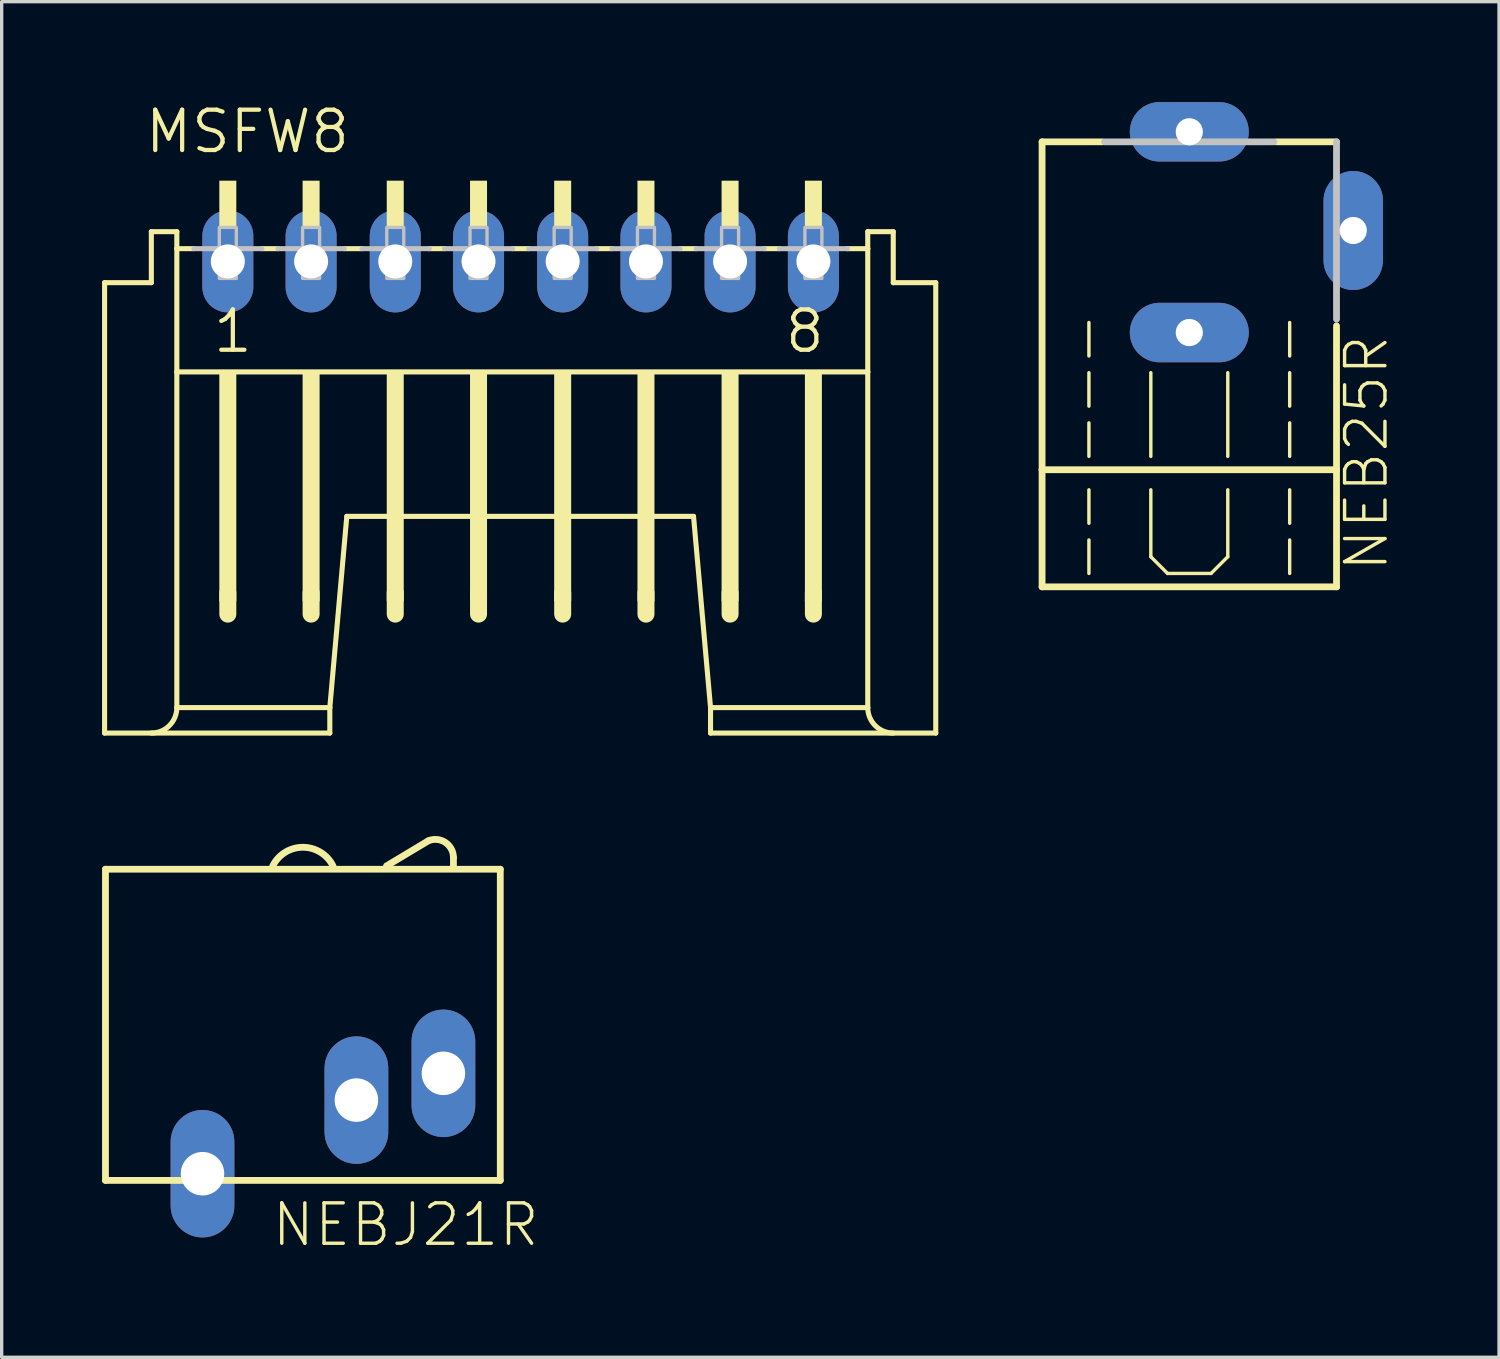
<source format=kicad_pcb>
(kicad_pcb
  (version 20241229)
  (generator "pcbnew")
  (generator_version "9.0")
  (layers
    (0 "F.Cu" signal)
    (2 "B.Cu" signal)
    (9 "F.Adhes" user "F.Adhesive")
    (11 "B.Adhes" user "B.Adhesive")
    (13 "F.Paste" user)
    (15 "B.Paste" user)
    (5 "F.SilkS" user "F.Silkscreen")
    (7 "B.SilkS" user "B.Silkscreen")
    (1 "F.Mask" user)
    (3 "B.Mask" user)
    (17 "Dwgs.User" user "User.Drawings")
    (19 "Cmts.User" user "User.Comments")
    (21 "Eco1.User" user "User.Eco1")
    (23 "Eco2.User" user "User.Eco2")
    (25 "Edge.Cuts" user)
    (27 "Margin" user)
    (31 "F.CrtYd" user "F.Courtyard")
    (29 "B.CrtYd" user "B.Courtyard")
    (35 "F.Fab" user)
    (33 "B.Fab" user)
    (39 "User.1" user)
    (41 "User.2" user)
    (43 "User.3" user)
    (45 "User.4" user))
  (footprint "NEB25R"
    (layer "F.Cu")
    (at 32.495 8.239)
    (property "Reference" "NEB25R" (at 6 5.85 90) (layer "F.SilkS") (effects (font (size 1.206 1.206) (thickness 0.102)) (justify left bottom)))
    (attr through_hole)
    (fp_line (start -4.4 -7.05) (end -4.4 2.75) (stroke (width 0.203) (type solid)) (layer "F.SilkS"))
    (fp_line (start -4.4 2.75) (end -4.4 6.25) (stroke (width 0.203) (type solid)) (layer "F.SilkS"))
    (fp_line (start -4.4 2.75) (end 4.4 2.75) (stroke (width 0.203) (type solid)) (layer "F.SilkS"))
    (fp_line (start -4.4 6.25) (end 4.4 6.25) (stroke (width 0.203) (type solid)) (layer "F.SilkS"))
    (fp_line (start -3 -0.65) (end -3 -1.65) (stroke (width 0.102) (type solid)) (layer "F.SilkS"))
    (fp_line (start -3 0.85) (end -3 -0.15) (stroke (width 0.102) (type solid)) (layer "F.SilkS"))
    (fp_line (start -3 2.35) (end -3 1.35) (stroke (width 0.102) (type solid)) (layer "F.SilkS"))
    (fp_line (start -3 4.35) (end -3 3.35) (stroke (width 0.102) (type solid)) (layer "F.SilkS"))
    (fp_line (start -3 5.85) (end -3 4.85) (stroke (width 0.102) (type solid)) (layer "F.SilkS"))
    (fp_line (start -2.6 -7.05) (end -4.4 -7.05) (stroke (width 0.203) (type solid)) (layer "F.SilkS"))
    (fp_line (start -1.15 2.35) (end -1.15 -0.15) (stroke (width 0.102) (type solid)) (layer "F.SilkS"))
    (fp_line (start -1.15 5.35) (end -1.15 3.35) (stroke (width 0.102) (type solid)) (layer "F.SilkS"))
    (fp_line (start -1.15 5.35) (end -0.65 5.85) (stroke (width 0.102) (type solid)) (layer "F.SilkS"))
    (fp_line (start -0.65 5.85) (end 0.65 5.85) (stroke (width 0.102) (type solid)) (layer "F.SilkS"))
    (fp_line (start 0.65 5.85) (end 1.15 5.35) (stroke (width 0.102) (type solid)) (layer "F.SilkS"))
    (fp_line (start 1.15 2.35) (end 1.15 -0.15) (stroke (width 0.102) (type solid)) (layer "F.SilkS"))
    (fp_line (start 1.15 5.35) (end 1.15 3.35) (stroke (width 0.102) (type solid)) (layer "F.SilkS"))
    (fp_line (start 3 -0.65) (end 3 -1.65) (stroke (width 0.102) (type solid)) (layer "F.SilkS"))
    (fp_line (start 3 0.85) (end 3 -0.15) (stroke (width 0.102) (type solid)) (layer "F.SilkS"))
    (fp_line (start 3 2.35) (end 3 1.35) (stroke (width 0.102) (type solid)) (layer "F.SilkS"))
    (fp_line (start 3 4.35) (end 3 3.35) (stroke (width 0.102) (type solid)) (layer "F.SilkS"))
    (fp_line (start 3 5.85) (end 3 4.85) (stroke (width 0.102) (type solid)) (layer "F.SilkS"))
    (fp_line (start 4.4 -7.05) (end 2.6 -7.05) (stroke (width 0.203) (type solid)) (layer "F.SilkS"))
    (fp_line (start 4.4 6.25) (end 4.4 -1.55) (stroke (width 0.203) (type solid)) (layer "F.SilkS"))
    (fp_line (start 2.527 -7.05) (end -2.527 -7.05) (stroke (width 0.203) (type solid)) (layer "Dwgs.User"))
    (fp_line (start 4.4 -1.75) (end 4.4 -7.05) (stroke (width 0.203) (type solid)) (layer "Dwgs.User"))
    (pad "1" thru_hole oval (at 0 -7.35) (size 3.556 1.778) (drill 0.813) (layers "*.Cu" "*.Mask"))
    (pad "2" thru_hole oval (at 4.9 -4.4 90) (size 3.556 1.778) (drill 0.813) (layers "*.Cu" "*.Mask"))
    (pad "3" thru_hole oval (at 0 -1.35) (size 3.556 1.778) (drill 0.813) (layers "*.Cu" "*.Mask")))
  (footprint "MSFW8"
    (layer "F.Cu")
    (at 3.759 6.668)
    (property "Reference" "MSFW8" (at -2.54 -5.08 0) (layer "F.SilkS") (effects (font (size 1.206 1.206) (thickness 0.127)) (justify left bottom)))
    (attr through_hole)
    (fp_line (start -3.683 12.192) (end -3.683 -1.27) (stroke (width 0.152) (type solid)) (layer "F.SilkS"))
    (fp_line (start -3.683 12.192) (end 3.048 12.192) (stroke (width 0.152) (type solid)) (layer "F.SilkS"))
    (fp_line (start -2.286 -1.27) (end -3.683 -1.27) (stroke (width 0.152) (type solid)) (layer "F.SilkS"))
    (fp_line (start -2.286 -1.27) (end -2.286 -2.794) (stroke (width 0.152) (type solid)) (layer "F.SilkS"))
    (fp_line (start -1.524 -2.794) (end -2.286 -2.794) (stroke (width 0.152) (type solid)) (layer "F.SilkS"))
    (fp_line (start -1.524 -2.286) (end -1.524 -2.794) (stroke (width 0.152) (type solid)) (layer "F.SilkS"))
    (fp_line (start -1.524 1.397) (end -1.524 -2.286) (stroke (width 0.152) (type solid)) (layer "F.SilkS"))
    (fp_line (start -1.524 11.43) (end -1.524 1.397) (stroke (width 0.152) (type solid)) (layer "F.SilkS"))
    (fp_line (start -1.524 11.43) (end 3.048 11.43) (stroke (width 0.152) (type solid)) (layer "F.SilkS"))
    (fp_line (start -1.016 -2.286) (end -1.524 -2.286) (stroke (width 0.152) (type solid)) (layer "F.SilkS"))
    (fp_line (start 0 8.001) (end 0 8.636) (stroke (width 0.508) (type solid)) (layer "F.SilkS"))
    (fp_line (start 1.499 -2.286) (end 1.016 -2.286) (stroke (width 0.152) (type solid)) (layer "F.SilkS"))
    (fp_line (start 2.489 8.001) (end 2.489 8.636) (stroke (width 0.508) (type solid)) (layer "F.SilkS"))
    (fp_line (start 3.048 11.43) (end 3.556 5.715) (stroke (width 0.152) (type solid)) (layer "F.SilkS"))
    (fp_line (start 3.048 12.192) (end 3.048 11.43) (stroke (width 0.152) (type solid)) (layer "F.SilkS"))
    (fp_line (start 3.556 5.715) (end 13.919 5.715) (stroke (width 0.152) (type solid)) (layer "F.SilkS"))
    (fp_line (start 4.013 -2.286) (end 3.48 -2.286) (stroke (width 0.152) (type solid)) (layer "F.SilkS"))
    (fp_line (start 5.004 8.001) (end 5.004 8.636) (stroke (width 0.508) (type solid)) (layer "F.SilkS"))
    (fp_line (start 6.477 -2.286) (end 6.02 -2.286) (stroke (width 0.152) (type solid)) (layer "F.SilkS"))
    (fp_line (start 7.493 8.001) (end 7.493 8.636) (stroke (width 0.508) (type solid)) (layer "F.SilkS"))
    (fp_line (start 8.992 -2.286) (end 8.509 -2.286) (stroke (width 0.152) (type solid)) (layer "F.SilkS"))
    (fp_line (start 10.008 8.001) (end 10.008 8.636) (stroke (width 0.508) (type solid)) (layer "F.SilkS"))
    (fp_line (start 11.481 -2.286) (end 11.024 -2.286) (stroke (width 0.152) (type solid)) (layer "F.SilkS"))
    (fp_line (start 12.497 8.001) (end 12.497 8.636) (stroke (width 0.508) (type solid)) (layer "F.SilkS"))
    (fp_line (start 13.995 -2.286) (end 13.513 -2.286) (stroke (width 0.152) (type solid)) (layer "F.SilkS"))
    (fp_line (start 14.427 11.43) (end 13.919 5.715) (stroke (width 0.152) (type solid)) (layer "F.SilkS"))
    (fp_line (start 14.427 12.192) (end 14.427 11.43) (stroke (width 0.152) (type solid)) (layer "F.SilkS"))
    (fp_line (start 14.427 12.192) (end 21.158 12.192) (stroke (width 0.152) (type solid)) (layer "F.SilkS"))
    (fp_line (start 15.011 8.001) (end 15.011 8.636) (stroke (width 0.508) (type solid)) (layer "F.SilkS"))
    (fp_line (start 16.485 -2.286) (end 16.027 -2.286) (stroke (width 0.152) (type solid)) (layer "F.SilkS"))
    (fp_line (start 17.501 8.001) (end 17.501 8.636) (stroke (width 0.508) (type solid)) (layer "F.SilkS"))
    (fp_line (start 19.126 -2.794) (end 19.126 -2.286) (stroke (width 0.152) (type solid)) (layer "F.SilkS"))
    (fp_line (start 19.126 -2.286) (end 18.517 -2.286) (stroke (width 0.152) (type solid)) (layer "F.SilkS"))
    (fp_line (start 19.126 -2.286) (end 19.126 1.397) (stroke (width 0.152) (type solid)) (layer "F.SilkS"))
    (fp_line (start 19.126 1.397) (end -1.524 1.397) (stroke (width 0.152) (type solid)) (layer "F.SilkS"))
    (fp_line (start 19.126 1.397) (end 19.126 11.43) (stroke (width 0.152) (type solid)) (layer "F.SilkS"))
    (fp_line (start 19.126 11.43) (end 14.427 11.43) (stroke (width 0.152) (type solid)) (layer "F.SilkS"))
    (fp_line (start 19.888 -2.794) (end 19.126 -2.794) (stroke (width 0.152) (type solid)) (layer "F.SilkS"))
    (fp_line (start 19.888 -2.794) (end 19.888 -1.27) (stroke (width 0.152) (type solid)) (layer "F.SilkS"))
    (fp_line (start 21.158 -1.27) (end 19.888 -1.27) (stroke (width 0.152) (type solid)) (layer "F.SilkS"))
    (fp_line (start 21.158 -1.27) (end 21.158 12.192) (stroke (width 0.152) (type solid)) (layer "F.SilkS"))
    (fp_arc (start -1.524 11.43) (mid -1.747185 11.968815) (end -2.286 12.192) (stroke (width 0.1524) (type solid)) (layer "F.SilkS"))
    (fp_arc (start 19.8882 12.192) (mid 19.349385 11.968815) (end 19.1262 11.43) (stroke (width 0.1524) (type solid)) (layer "F.SilkS"))
    (fp_poly (pts (xy -0.254 -2.921) (xy 0.254 -2.921) (xy 0.254 -4.318) (xy -0.254 -4.318)) (stroke (width 0) (type solid)) (fill yes) (layer "F.SilkS"))
    (fp_poly (pts (xy -0.254 8.255) (xy 0.254 8.255) (xy 0.254 1.397) (xy -0.254 1.397)) (stroke (width 0) (type solid)) (fill yes) (layer "F.SilkS"))
    (fp_poly (pts (xy 2.235 -2.921) (xy 2.743 -2.921) (xy 2.743 -4.318) (xy 2.235 -4.318)) (stroke (width 0) (type solid)) (fill yes) (layer "F.SilkS"))
    (fp_poly (pts (xy 2.235 8.255) (xy 2.743 8.255) (xy 2.743 1.397) (xy 2.235 1.397)) (stroke (width 0) (type solid)) (fill yes) (layer "F.SilkS"))
    (fp_poly (pts (xy 4.75 -2.921) (xy 5.258 -2.921) (xy 5.258 -4.318) (xy 4.75 -4.318)) (stroke (width 0) (type solid)) (fill yes) (layer "F.SilkS"))
    (fp_poly (pts (xy 4.75 8.255) (xy 5.258 8.255) (xy 5.258 1.397) (xy 4.75 1.397)) (stroke (width 0) (type solid)) (fill yes) (layer "F.SilkS"))
    (fp_poly (pts (xy 7.239 -2.921) (xy 7.747 -2.921) (xy 7.747 -4.318) (xy 7.239 -4.318)) (stroke (width 0) (type solid)) (fill yes) (layer "F.SilkS"))
    (fp_poly (pts (xy 7.239 8.255) (xy 7.747 8.255) (xy 7.747 1.397) (xy 7.239 1.397)) (stroke (width 0) (type solid)) (fill yes) (layer "F.SilkS"))
    (fp_poly (pts (xy 9.754 -2.921) (xy 10.262 -2.921) (xy 10.262 -4.318) (xy 9.754 -4.318)) (stroke (width 0) (type solid)) (fill yes) (layer "F.SilkS"))
    (fp_poly (pts (xy 9.754 8.255) (xy 10.262 8.255) (xy 10.262 1.397) (xy 9.754 1.397)) (stroke (width 0) (type solid)) (fill yes) (layer "F.SilkS"))
    (fp_poly (pts (xy 12.243 -2.921) (xy 12.751 -2.921) (xy 12.751 -4.318) (xy 12.243 -4.318)) (stroke (width 0) (type solid)) (fill yes) (layer "F.SilkS"))
    (fp_poly (pts (xy 12.243 8.255) (xy 12.751 8.255) (xy 12.751 1.397) (xy 12.243 1.397)) (stroke (width 0) (type solid)) (fill yes) (layer "F.SilkS"))
    (fp_poly (pts (xy 14.757 -2.921) (xy 15.265 -2.921) (xy 15.265 -4.318) (xy 14.757 -4.318)) (stroke (width 0) (type solid)) (fill yes) (layer "F.SilkS"))
    (fp_poly (pts (xy 14.757 8.255) (xy 15.265 8.255) (xy 15.265 1.397) (xy 14.757 1.397)) (stroke (width 0) (type solid)) (fill yes) (layer "F.SilkS"))
    (fp_poly (pts (xy 17.247 -2.921) (xy 17.755 -2.921) (xy 17.755 -4.318) (xy 17.247 -4.318)) (stroke (width 0) (type solid)) (fill yes) (layer "F.SilkS"))
    (fp_poly (pts (xy 17.247 8.255) (xy 17.755 8.255) (xy 17.755 1.397) (xy 17.247 1.397)) (stroke (width 0) (type solid)) (fill yes) (layer "F.SilkS"))
    (fp_line (start -1.016 -2.286) (end 1.016 -2.286) (stroke (width 0.152) (type solid)) (layer "Dwgs.User"))
    (fp_line (start 1.499 -2.286) (end 3.48 -2.286) (stroke (width 0.152) (type solid)) (layer "Dwgs.User"))
    (fp_line (start 4.013 -2.286) (end 6.02 -2.286) (stroke (width 0.152) (type solid)) (layer "Dwgs.User"))
    (fp_line (start 6.477 -2.286) (end 8.509 -2.286) (stroke (width 0.152) (type solid)) (layer "Dwgs.User"))
    (fp_line (start 8.992 -2.286) (end 11.024 -2.286) (stroke (width 0.152) (type solid)) (layer "Dwgs.User"))
    (fp_line (start 11.481 -2.286) (end 13.513 -2.286) (stroke (width 0.152) (type solid)) (layer "Dwgs.User"))
    (fp_line (start 13.995 -2.286) (end 16.027 -2.286) (stroke (width 0.152) (type solid)) (layer "Dwgs.User"))
    (fp_line (start 16.485 -2.286) (end 18.517 -2.286) (stroke (width 0.152) (type solid)) (layer "Dwgs.User"))
    (fp_poly (pts (xy -0.254 -1.397) (xy 0.254 -1.397) (xy 0.254 -2.921) (xy -0.254 -2.921)) (stroke (width 0.1) (type solid)) (fill no) (layer "Dwgs.User"))
    (fp_poly (pts (xy 2.235 -1.397) (xy 2.743 -1.397) (xy 2.743 -2.921) (xy 2.235 -2.921)) (stroke (width 0.1) (type solid)) (fill no) (layer "Dwgs.User"))
    (fp_poly (pts (xy 4.75 -1.397) (xy 5.258 -1.397) (xy 5.258 -2.921) (xy 4.75 -2.921)) (stroke (width 0.1) (type solid)) (fill no) (layer "Dwgs.User"))
    (fp_poly (pts (xy 7.239 -1.397) (xy 7.747 -1.397) (xy 7.747 -2.921) (xy 7.239 -2.921)) (stroke (width 0.1) (type solid)) (fill no) (layer "Dwgs.User"))
    (fp_poly (pts (xy 9.754 -1.397) (xy 10.262 -1.397) (xy 10.262 -2.921) (xy 9.754 -2.921)) (stroke (width 0.1) (type solid)) (fill no) (layer "Dwgs.User"))
    (fp_poly (pts (xy 12.243 -1.397) (xy 12.751 -1.397) (xy 12.751 -2.921) (xy 12.243 -2.921)) (stroke (width 0.1) (type solid)) (fill no) (layer "Dwgs.User"))
    (fp_poly (pts (xy 14.757 -1.397) (xy 15.265 -1.397) (xy 15.265 -2.921) (xy 14.757 -2.921)) (stroke (width 0.1) (type solid)) (fill no) (layer "Dwgs.User"))
    (fp_poly (pts (xy 17.247 -1.397) (xy 17.755 -1.397) (xy 17.755 -2.921) (xy 17.247 -2.921)) (stroke (width 0.1) (type solid)) (fill no) (layer "Dwgs.User"))
    (fp_text user "1" (at -0.508 0.889 0) (layer "F.SilkS") (effects (font (size 1.206 1.206) (thickness 0.127)) (justify left bottom)))
    (fp_text user "8" (at 16.586 0.889 0) (layer "F.SilkS") (effects (font (size 1.206 1.206) (thickness 0.127)) (justify left bottom)))
    (pad "1" thru_hole oval (at 0 -1.905 90) (size 3.048 1.524) (drill 1.016) (layers "*.Cu" "*.Mask"))
    (pad "2" thru_hole oval (at 2.489 -1.905 90) (size 3.048 1.524) (drill 1.016) (layers "*.Cu" "*.Mask"))
    (pad "3" thru_hole oval (at 5.004 -1.905 90) (size 3.048 1.524) (drill 1.016) (layers "*.Cu" "*.Mask"))
    (pad "4" thru_hole oval (at 7.493 -1.905 90) (size 3.048 1.524) (drill 1.016) (layers "*.Cu" "*.Mask"))
    (pad "5" thru_hole oval (at 10.008 -1.905 90) (size 3.048 1.524) (drill 1.016) (layers "*.Cu" "*.Mask"))
    (pad "6" thru_hole oval (at 12.497 -1.905 90) (size 3.048 1.524) (drill 1.016) (layers "*.Cu" "*.Mask"))
    (pad "7" thru_hole oval (at 15.011 -1.905 90) (size 3.048 1.524) (drill 1.016) (layers "*.Cu" "*.Mask"))
    (pad "8" thru_hole oval (at 17.501 -1.905 90) (size 3.048 1.524) (drill 1.016) (layers "*.Cu" "*.Mask")))
  (footprint "NEBJ21R"
    (layer "F.Cu")
    (at 6.002 22.829)
    (property "Reference" "NEBJ21R" (at -0.985 11.43 0) (layer "F.SilkS") (effects (font (size 1.206 1.206) (thickness 0.102)) (justify left bottom)))
    (attr through_hole)
    (fp_line (start -5.9 0.1) (end 5.9 0.1) (stroke (width 0.203) (type solid)) (layer "F.SilkS"))
    (fp_line (start -5.9 9.4) (end -5.9 0.1) (stroke (width 0.203) (type solid)) (layer "F.SilkS"))
    (fp_line (start 3.75 -0.75) (end 2.5 0) (stroke (width 0.203) (type solid)) (layer "F.SilkS"))
    (fp_line (start 4.5 -0.25) (end 4.5 0) (stroke (width 0.203) (type solid)) (layer "F.SilkS"))
    (fp_line (start 5.9 0.1) (end 5.9 9.4) (stroke (width 0.203) (type solid)) (layer "F.SilkS"))
    (fp_line (start 5.9 9.4) (end -5.9 9.4) (stroke (width 0.203) (type solid)) (layer "F.SilkS"))
    (fp_arc (start -0.9 0) (mid -0.000001 -0.556231) (end 0.899999 -0.000002) (stroke (width 0.2032) (type solid)) (layer "F.SilkS"))
    (fp_arc (start 3.75 -0.75) (mid 4.258796 -0.700694) (end 4.5 -0.25) (stroke (width 0.2032) (type solid)) (layer "F.SilkS"))
    (pad "1" thru_hole oval (at -3 9.2 90) (size 3.81 1.905) (drill 1.3) (layers "*.Cu" "*.Mask"))
    (pad "2" thru_hole oval (at 1.6 7 90) (size 3.81 1.905) (drill 1.3) (layers "*.Cu" "*.Mask"))
    (pad "3" thru_hole oval (at 4.2 6.2 90) (size 3.81 1.905) (drill 1.3) (layers "*.Cu" "*.Mask")))
  (gr_rect
    (start -3 -3)
    (end 41.752 37.516)
    (stroke (width 0.1) (type default))
    (fill no)
    (layer "Edge.Cuts")))
</source>
